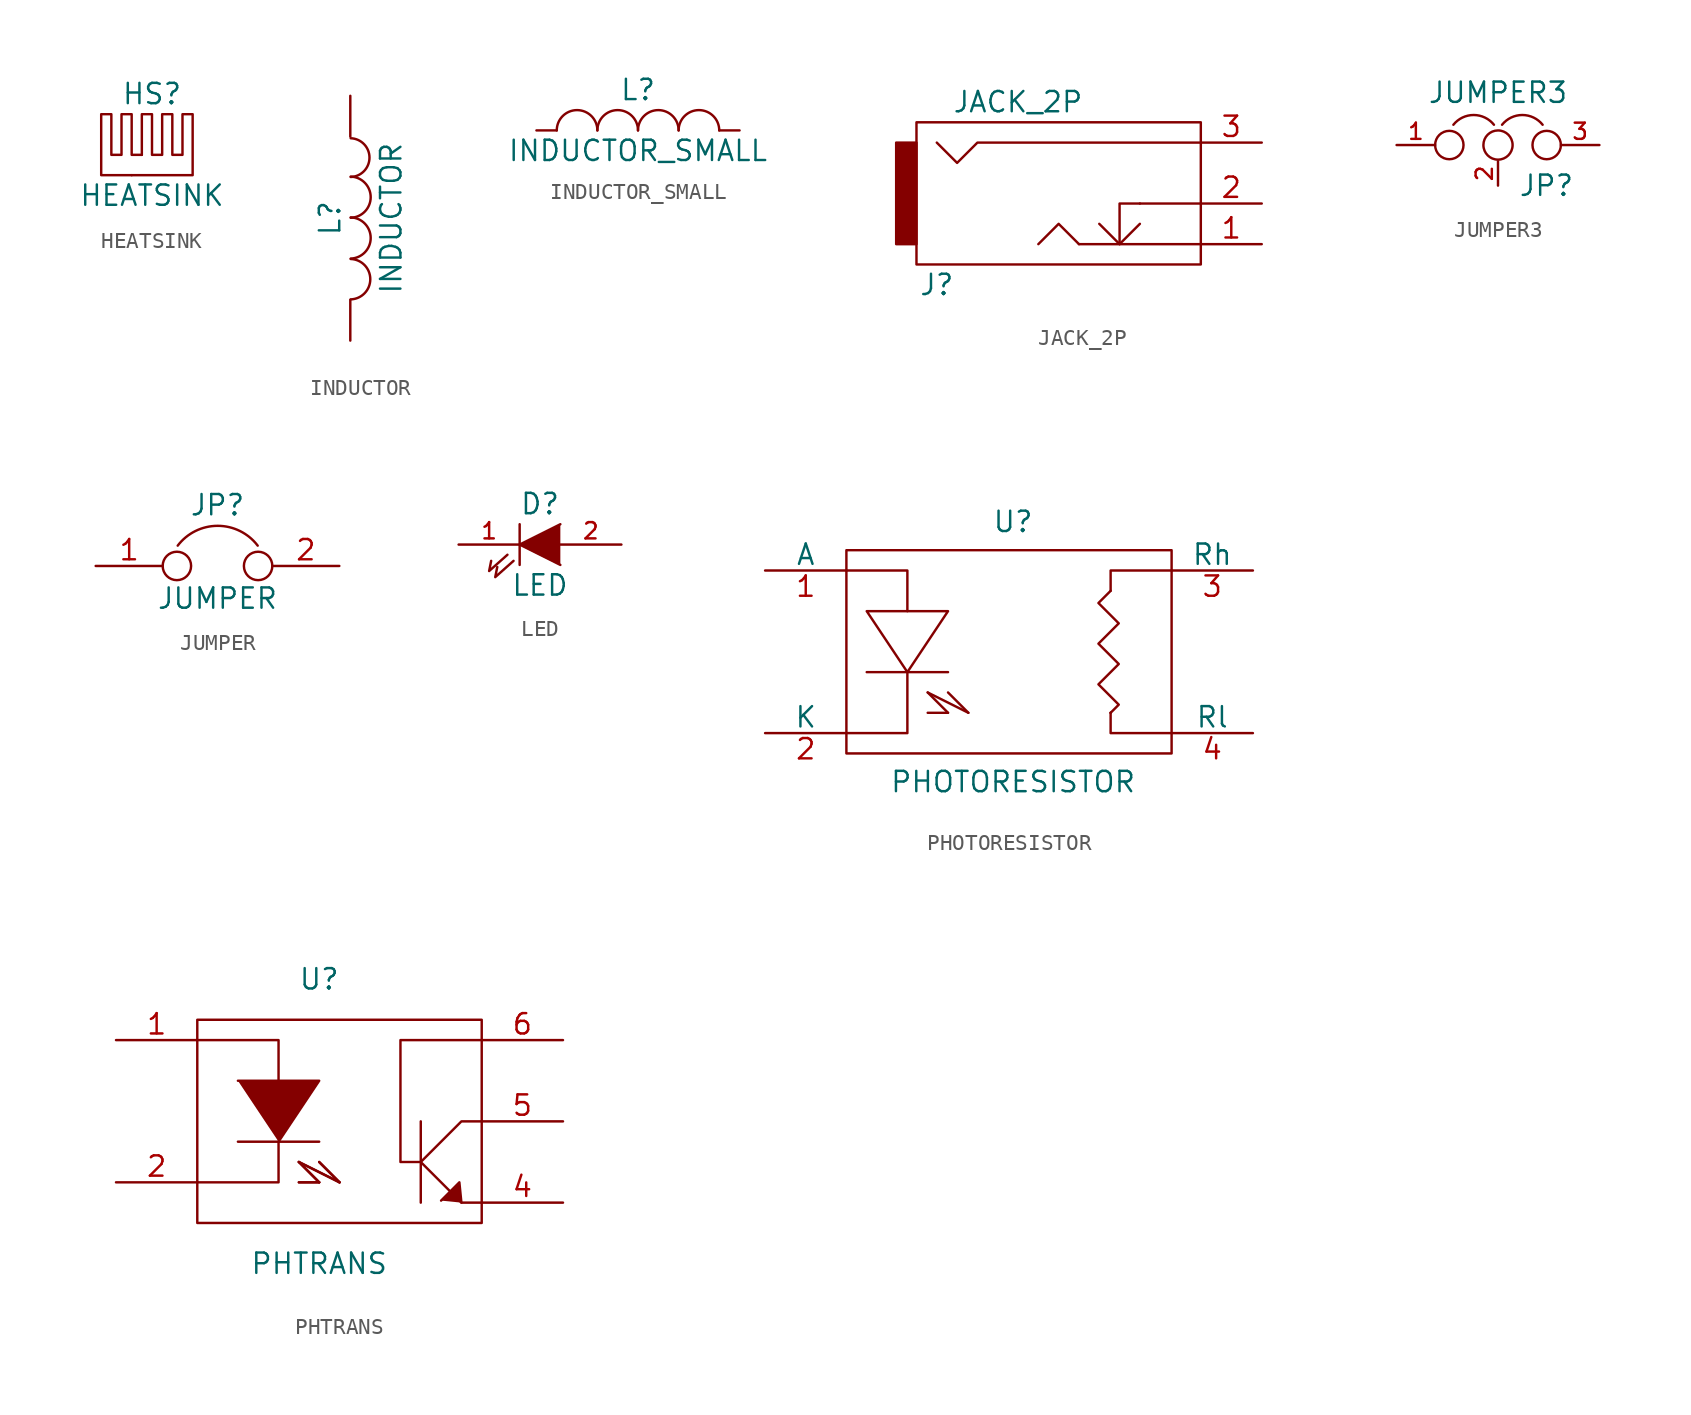
<source format=kicad_sym>
(kicad_symbol_lib
  (version 20211014)
  (generator kicad_symbol_editor)
  (symbol "HEATSINK"
    (pin_names
      (offset 1.016))
    (property "Reference" "HS"
      (at 0 5.08 0)
      (effects (font (size 1.27 1.27))))
    (property "Value" "HEATSINK"
      (at 0 -1.27 0)
      (effects (font (size 1.27 1.27))))
    (property "Footprint" ""
      (at 0 0 0)
      (effects (font (size 1.27 1.27))))
    (property "Datasheet" ""
      (at 0 0 0)
      (effects (font (size 1.27 1.27))))
    (symbol "HEATSINK_0_1"
      (polyline (pts (xy -0.635 1.27) (xy -1.27 1.27) (xy -1.27 3.81) (xy -1.905 3.81) (xy -1.905 1.27) (xy -2.54 1.27) (xy -2.54 3.81) (xy -3.175 3.81) (xy -3.175 0) (xy -1.27 0)) (stroke (width 0) (type default) (color 0 0 0 0)) (fill (type none)))
      (polyline (pts (xy -0.635 1.27) (xy -0.635 3.81) (xy 0 3.81) (xy 0 1.27) (xy 0.635 1.27) (xy 0.635 3.81) (xy 1.27 3.81) (xy 1.27 1.27) (xy 1.905 1.27) (xy 1.905 3.81) (xy 2.54 3.81) (xy 2.54 0) (xy -1.27 0)) (stroke (width 0) (type default) (color 0 0 0 0)) (fill (type none)))))
  (symbol "INDUCTOR"
    (pin_numbers hide)
    (pin_names
      (offset 1.016) hide)
    (property "Reference" "L"
      (at -1.27 0 90)
      (effects (font (size 1.27 1.27))))
    (property "Value" "INDUCTOR"
      (at 2.54 0 90)
      (effects (font (size 1.27 1.27))))
    (property "Footprint" ""
      (at 0 0 0)
      (effects (font (size 1.27 1.27))))
    (property "Datasheet" ""
      (at 0 0 0)
      (effects (font (size 1.27 1.27))))
    (symbol "INDUCTOR_0_1"
      (arc (start 0.0254 -5.0546) (mid 1.2449 -3.8097) (end 0.0254 -2.54) (stroke (width 0) (type default) (color 0 0 0 0)) (fill (type none)))
      (arc (start 0.0254 -2.5146) (mid 1.2703 -1.2444) (end 0.0254 0.0508) (stroke (width 0) (type default) (color 0 0 0 0)) (fill (type none)))
      (arc (start 0.0254 0.0254) (mid 1.2703 1.2956) (end 0.0254 2.5908) (stroke (width 0) (type default) (color 0 0 0 0)) (fill (type none)))
      (arc (start 0.0254 2.5654) (mid 1.1941 3.7595) (end 0.0254 4.9784) (stroke (width 0) (type default) (color 0 0 0 0)) (fill (type none))))
    (symbol "INDUCTOR_1_1"
      (pin passive line (at 0 7.62 270) (length 2.54) (name "1" (effects (font (size 1.27 1.27)))) (number "1" (effects (font (size 1.27 1.27)))))
      (pin passive line (at 0 -7.62 90) (length 2.54) (name "2" (effects (font (size 1.27 1.27)))) (number "2" (effects (font (size 1.27 1.27)))))))
  (symbol "INDUCTOR_SMALL"
    (pin_numbers hide)
    (pin_names
      (offset 0) hide)
    (property "Reference" "L"
      (at 0 2.54 0)
      (effects (font (size 1.27 1.27))))
    (property "Value" "INDUCTOR_SMALL"
      (at 0 -1.27 0)
      (effects (font (size 1.27 1.27))))
    (property "Footprint" ""
      (at 0 0 0)
      (effects (font (size 1.27 1.27))))
    (property "Datasheet" ""
      (at 0 0 0)
      (effects (font (size 1.27 1.27))))
    (symbol "INDUCTOR_SMALL_0_1"
      (arc (start -2.54 0) (mid -3.81 1.27) (end -5.08 0) (stroke (width 0) (type default) (color 0 0 0 0)) (fill (type none)))
      (arc (start 0 0) (mid -1.27 1.27) (end -2.54 0) (stroke (width 0) (type default) (color 0 0 0 0)) (fill (type none)))
      (arc (start 2.54 0) (mid 1.27 1.27) (end 0 0) (stroke (width 0) (type default) (color 0 0 0 0)) (fill (type none)))
      (arc (start 5.08 0) (mid 3.81 1.27) (end 2.54 0) (stroke (width 0) (type default) (color 0 0 0 0)) (fill (type none))))
    (symbol "INDUCTOR_SMALL_1_1"
      (pin input line (at -6.35 0 0) (length 1.27) (name "1" (effects (font (size 0.762 0.762)))) (number "1" (effects (font (size 0.762 0.762)))))
      (pin input line (at 6.35 0 180) (length 1.27) (name "2" (effects (font (size 0.762 0.762)))) (number "2" (effects (font (size 0.762 0.762)))))))
  (symbol "JACK_2P"
    (pin_names
      (offset 1.016))
    (property "Reference" "J"
      (at -8.89 -5.08 0)
      (effects (font (size 1.27 1.27))))
    (property "Value" "JACK_2P"
      (at -3.81 6.35 0)
      (effects (font (size 1.27 1.27))))
    (property "Footprint" ""
      (at 0 0 0)
      (effects (font (size 1.27 1.27))))
    (property "Datasheet" ""
      (at 0 0 0)
      (effects (font (size 1.27 1.27))))
    (symbol "JACK_2P_0_1"
      (rectangle (start -11.43 3.81) (end -10.16 -2.54) (stroke (width 0) (type default) (color 0 0 0 0)) (fill (type outline)))
      (polyline (pts (xy 3.81 0) (xy 7.62 0) (xy 7.62 0)) (stroke (width 0) (type default) (color 0 0 0 0)) (fill (type none)))
      (polyline (pts (xy 0 -2.54) (xy -1.27 -1.27) (xy -2.54 -2.54) (xy -2.54 -2.54)) (stroke (width 0) (type default) (color 0 0 0 0)) (fill (type none)))
      (polyline (pts (xy 0 -2.54) (xy 7.62 -2.54) (xy 7.62 -2.54) (xy 7.62 -2.54)) (stroke (width 0) (type default) (color 0 0 0 0)) (fill (type none)))
      (polyline (pts (xy 1.27 -1.27) (xy 2.54 -2.54) (xy 3.81 -1.27) (xy 3.81 -1.27)) (stroke (width 0) (type default) (color 0 0 0 0)) (fill (type none)))
      (polyline (pts (xy 3.81 0) (xy 2.54 0) (xy 2.54 -2.54) (xy 2.54 -2.54)) (stroke (width 0) (type default) (color 0 0 0 0)) (fill (type none)))
      (polyline (pts (xy 7.62 3.81) (xy -6.35 3.81) (xy -7.62 2.54) (xy -8.89 3.81) (xy -8.89 3.81)) (stroke (width 0) (type default) (color 0 0 0 0)) (fill (type none)))
      (rectangle (start 7.62 -3.81) (end -10.16 5.08) (stroke (width 0) (type default) (color 0 0 0 0)) (fill (type none))))
    (symbol "JACK_2P_1_1"
      (pin passive line (at 11.43 -2.54 180) (length 3.81) (name "~" (effects (font (size 1.27 1.27)))) (number "1" (effects (font (size 1.27 1.27)))))
      (pin passive line (at 11.43 0 180) (length 3.81) (name "~" (effects (font (size 1.27 1.27)))) (number "2" (effects (font (size 1.27 1.27)))))
      (pin passive line (at 11.43 3.81 180) (length 3.81) (name "~" (effects (font (size 1.27 1.27)))) (number "3" (effects (font (size 1.27 1.27)))))))
  (symbol "JUMPER3"
    (pin_names
      (offset 0.762) hide)
    (property "Reference" "JP"
      (at 1.27 -2.54 0)
      (effects (font (size 1.27 1.27)) (justify left)))
    (property "Value" "JUMPER3"
      (at 0 2.54 0)
      (effects (font (size 1.27 1.27)) (justify bottom)))
    (property "Footprint" ""
      (at 0 0 0)
      (effects (font (size 1.27 1.27))))
    (property "Datasheet" ""
      (at 0 0 0)
      (effects (font (size 1.27 1.27))))
    (symbol "JUMPER3_0_1"
      (circle (center -3.048 0) (radius 0.889) (stroke (width 0) (type default) (color 0 0 0 0)) (fill (type none)))
      (arc (start -0.254 1.27) (mid -1.524 1.8804) (end -2.794 1.27) (stroke (width 0) (type default) (color 0 0 0 0)) (fill (type none)))
      (circle (center 0 0) (radius 0.914) (stroke (width 0) (type default) (color 0 0 0 0)) (fill (type none)))
      (arc (start 2.794 1.27) (mid 1.524 1.8804) (end 0.254 1.27) (stroke (width 0) (type default) (color 0 0 0 0)) (fill (type none)))
      (circle (center 3.048 0) (radius 0.889) (stroke (width 0) (type default) (color 0 0 0 0)) (fill (type none)))
      (pin passive line (at -6.35 0 0) (length 2.413) (name "1" (effects (font (size 1.016 1.016)))) (number "1" (effects (font (size 1.016 1.016)))))
      (pin passive line (at 0 -2.54 90) (length 1.524) (name "2" (effects (font (size 1.016 1.016)))) (number "2" (effects (font (size 1.016 1.016)))))
      (pin passive line (at 6.35 0 180) (length 2.413) (name "3" (effects (font (size 1.016 1.016)))) (number "3" (effects (font (size 1.016 1.016)))))))
  (symbol "JUMPER"
    (pin_names
      (offset 0.762) hide)
    (property "Reference" "JP"
      (at 0 3.81 0)
      (effects (font (size 1.27 1.27))))
    (property "Value" "JUMPER"
      (at 0 -2.032 0)
      (effects (font (size 1.27 1.27))))
    (property "Footprint" ""
      (at 0 0 0)
      (effects (font (size 1.27 1.27))))
    (property "Datasheet" ""
      (at 0 0 0)
      (effects (font (size 1.27 1.27))))
    (symbol "JUMPER_0_1"
      (circle (center -2.54 0) (radius 0.889) (stroke (width 0) (type default) (color 0 0 0 0)) (fill (type none)))
      (arc (start 2.5146 1.27) (mid 0.0078 2.5097) (end -2.4892 1.27) (stroke (width 0) (type default) (color 0 0 0 0)) (fill (type none)))
      (circle (center 2.54 0) (radius 0.889) (stroke (width 0) (type default) (color 0 0 0 0)) (fill (type none)))
      (pin passive line (at -7.62 0 0) (length 4.191) (name "1" (effects (font (size 1.27 1.27)))) (number "1" (effects (font (size 1.27 1.27)))))
      (pin passive line (at 7.62 0 180) (length 4.191) (name "2" (effects (font (size 1.27 1.27)))) (number "2" (effects (font (size 1.27 1.27)))))))
  (symbol "LED"
    (pin_names
      (offset 1.016) hide)
    (property "Reference" "D"
      (at 0 2.54 0)
      (effects (font (size 1.27 1.27))))
    (property "Value" "LED"
      (at 0 -2.54 0)
      (effects (font (size 1.27 1.27))))
    (property "Footprint" ""
      (at 0 0 0)
      (effects (font (size 1.27 1.27))))
    (property "Datasheet" ""
      (at 0 0 0)
      (effects (font (size 1.27 1.27))))
    (symbol "LED_0_1"
      (polyline (pts (xy -1.27 1.27) (xy -1.27 -1.27)) (stroke (width 0) (type default) (color 0 0 0 0)) (fill (type none)))
      (polyline (pts (xy -2.032 -0.635) (xy -3.175 -1.651) (xy -3.048 -1.016)) (stroke (width 0) (type default) (color 0 0 0 0)) (fill (type none)))
      (polyline (pts (xy -1.651 -1.016) (xy -2.794 -2.032) (xy -2.667 -1.397)) (stroke (width 0) (type default) (color 0 0 0 0)) (fill (type none)))
      (polyline (pts (xy 1.27 1.27) (xy -1.27 0) (xy 1.27 -1.27)) (stroke (width 0) (type default) (color 0 0 0 0)) (fill (type outline))))
    (symbol "LED_1_1"
      (pin passive line (at -5.08 0 0) (length 3.81) (name "K" (effects (font (size 1.016 1.016)))) (number "1" (effects (font (size 1.016 1.016)))))
      (pin passive line (at 5.08 0 180) (length 3.81) (name "A" (effects (font (size 1.016 1.016)))) (number "2" (effects (font (size 1.016 1.016)))))))
  (symbol "PHOTORESISTOR"
    (pin_names
      (offset 0))
    (property "Reference" "U"
      (at 0.254 8.128 0)
      (effects (font (size 1.27 1.27))))
    (property "Value" "PHOTORESISTOR"
      (at 0.254 -8.128 0)
      (effects (font (size 1.27 1.27))))
    (property "Footprint" ""
      (at 0 0 0)
      (effects (font (size 1.27 1.27))))
    (property "Datasheet" ""
      (at 0 0 0)
      (effects (font (size 1.27 1.27))))
    (symbol "PHOTORESISTOR_0_0"
      (polyline (pts (xy -8.89 -1.27) (xy -3.81 -1.27)) (stroke (width 0) (type default) (color 0 0 0 0)) (fill (type none)))
      (polyline (pts (xy -5.08 -2.54) (xy -3.81 -3.81)) (stroke (width 0) (type default) (color 0 0 0 0)) (fill (type none)))
      (polyline (pts (xy -5.08 -2.54) (xy -2.54 -3.81)) (stroke (width 0) (type default) (color 0 0 0 0)) (fill (type none)))
      (polyline (pts (xy -3.81 -3.81) (xy -3.81 -3.81) (xy -5.08 -3.81)) (stroke (width 0) (type default) (color 0 0 0 0)) (fill (type none)))
      (polyline (pts (xy -3.81 -2.54) (xy -2.54 -3.81) (xy -3.81 -2.54)) (stroke (width 0) (type default) (color 0 0 0 0)) (fill (type none)))
      (polyline (pts (xy -8.89 2.54) (xy -3.81 2.54) (xy -6.35 -1.27) (xy -8.89 2.54)) (stroke (width 0) (type default) (color 0 0 0 0)) (fill (type none))))
    (symbol "PHOTORESISTOR_0_1"
      (rectangle (start -10.16 6.35) (end 10.16 -6.35) (stroke (width 0) (type default) (color 0 0 0 0)) (fill (type none)))
      (polyline (pts (xy 6.35 -3.81) (xy 6.35 -3.81)) (stroke (width 0) (type default) (color 0 0 0 0)) (fill (type none)))
      (polyline (pts (xy -10.16 -5.08) (xy -6.35 -5.08) (xy -6.35 -1.27)) (stroke (width 0) (type default) (color 0 0 0 0)) (fill (type none)))
      (polyline (pts (xy -10.16 5.08) (xy -6.35 5.08) (xy -6.35 2.54)) (stroke (width 0) (type default) (color 0 0 0 0)) (fill (type none)))
      (polyline (pts (xy 10.16 -5.08) (xy 6.35 -5.08) (xy 6.35 -3.81) (xy 6.35 -3.81)) (stroke (width 0) (type default) (color 0 0 0 0)) (fill (type none)))
      (polyline (pts (xy 10.16 5.08) (xy 6.35 5.08) (xy 6.35 3.81) (xy 6.35 3.81) (xy 6.35 3.81)) (stroke (width 0) (type default) (color 0 0 0 0)) (fill (type none)))
      (polyline (pts (xy 6.35 3.81) (xy 5.588 3.048) (xy 6.858 1.778) (xy 5.588 0.508) (xy 6.858 -0.762) (xy 5.588 -2.032) (xy 6.858 -3.302) (xy 6.35 -3.81) (xy 6.35 -3.81) (xy 6.35 -3.81)) (stroke (width 0) (type default) (color 0 0 0 0)) (fill (type none))))
    (symbol "PHOTORESISTOR_1_1"
      (pin input line (at -15.24 5.08 0) (length 5.08) (name "A" (effects (font (size 1.27 1.27)))) (number "1" (effects (font (size 1.27 1.27)))))
      (pin input line (at -15.24 -5.08 0) (length 5.08) (name "K" (effects (font (size 1.27 1.27)))) (number "2" (effects (font (size 1.27 1.27)))))
      (pin passive line (at 15.24 5.08 180) (length 5.08) (name "Rh" (effects (font (size 1.27 1.27)))) (number "3" (effects (font (size 1.27 1.27)))))
      (pin passive line (at 15.24 -5.08 180) (length 5.08) (name "Rl" (effects (font (size 1.27 1.27)))) (number "4" (effects (font (size 1.27 1.27)))))))
  (symbol "PHTRANS"
    (pin_names
      (offset 0.254))
    (property "Reference" "U"
      (at -1.27 8.89 0)
      (effects (font (size 1.27 1.27))))
    (property "Value" "PHTRANS"
      (at -1.27 -8.89 0)
      (effects (font (size 1.27 1.27))))
    (property "Footprint" ""
      (at 0 0 0)
      (effects (font (size 1.27 1.27))))
    (property "Datasheet" ""
      (at 0 0 0)
      (effects (font (size 1.27 1.27))))
    (symbol "PHTRANS_0_0"
      (polyline (pts (xy -6.35 -1.27) (xy -1.27 -1.27)) (stroke (width 0) (type default) (color 0 0 0 0)) (fill (type none)))
      (polyline (pts (xy -2.54 -2.54) (xy -1.27 -3.81)) (stroke (width 0) (type default) (color 0 0 0 0)) (fill (type none)))
      (polyline (pts (xy -2.54 -2.54) (xy -1.27 -3.81)) (stroke (width 0) (type default) (color 0 0 0 0)) (fill (type none)))
      (polyline (pts (xy -2.54 -2.54) (xy 0 -3.81)) (stroke (width 0) (type default) (color 0 0 0 0)) (fill (type none)))
      (polyline (pts (xy -2.54 -2.54) (xy 0 -3.81)) (stroke (width 0) (type default) (color 0 0 0 0)) (fill (type none)))
      (polyline (pts (xy -1.27 -3.81) (xy -1.27 -3.81) (xy -2.54 -3.81)) (stroke (width 0) (type default) (color 0 0 0 0)) (fill (type none)))
      (polyline (pts (xy -1.27 -3.81) (xy -1.27 -3.81) (xy -2.54 -3.81)) (stroke (width 0) (type default) (color 0 0 0 0)) (fill (type none)))
      (polyline (pts (xy -1.27 -2.54) (xy 0 -3.81) (xy -1.27 -2.54)) (stroke (width 0) (type default) (color 0 0 0 0)) (fill (type none)))
      (polyline (pts (xy -1.27 -2.54) (xy 0 -3.81) (xy -1.27 -2.54)) (stroke (width 0) (type default) (color 0 0 0 0)) (fill (type none))))
    (symbol "PHTRANS_0_1"
      (polyline (pts (xy 5.08 0) (xy 5.08 -5.08)) (stroke (width 0) (type default) (color 0 0 0 0)) (fill (type none)))
      (polyline (pts (xy -8.89 5.08) (xy -3.81 5.08) (xy -3.81 2.54)) (stroke (width 0) (type default) (color 0 0 0 0)) (fill (type none)))
      (polyline (pts (xy -6.35 2.54) (xy -1.27 2.54) (xy -3.81 -1.27)) (stroke (width 0) (type default) (color 0 0 0 0)) (fill (type outline)))
      (polyline (pts (xy -3.81 -1.27) (xy -3.81 -3.81) (xy -8.89 -3.81)) (stroke (width 0) (type default) (color 0 0 0 0)) (fill (type none)))
      (polyline (pts (xy 5.08 -2.54) (xy 7.62 -5.08) (xy 8.89 -5.08)) (stroke (width 0) (type default) (color 0 0 0 0)) (fill (type none)))
      (polyline (pts (xy 5.08 -2.54) (xy 7.62 0) (xy 8.89 0)) (stroke (width 0) (type default) (color 0 0 0 0)) (fill (type none)))
      (polyline (pts (xy 7.62 -5.08) (xy 7.493 -3.81) (xy 6.35 -4.953)) (stroke (width 0) (type default) (color 0 0 0 0)) (fill (type outline)))
      (polyline (pts (xy 5.08 -2.54) (xy 3.81 -2.54) (xy 3.81 5.08) (xy 8.89 5.08)) (stroke (width 0) (type default) (color 0 0 0 0)) (fill (type none)))
      (rectangle (start 8.89 -6.35) (end -8.89 6.35) (stroke (width 0) (type default) (color 0 0 0 0)) (fill (type none))))
    (symbol "PHTRANS_1_1"
      (pin input line (at -13.97 5.08 0) (length 5.08) (name "~" (effects (font (size 1.27 1.27)))) (number "1" (effects (font (size 1.27 1.27)))))
      (pin input line (at -13.97 -3.81 0) (length 5.08) (name "~" (effects (font (size 1.27 1.27)))) (number "2" (effects (font (size 1.27 1.27)))))
      (pin input line (at 13.97 -5.08 180) (length 5.08) (name "~" (effects (font (size 1.27 1.27)))) (number "4" (effects (font (size 1.27 1.27)))))
      (pin input line (at 13.97 0 180) (length 5.08) (name "~" (effects (font (size 1.27 1.27)))) (number "5" (effects (font (size 1.27 1.27)))))
      (pin input line (at 13.97 5.08 180) (length 5.08) (name "~" (effects (font (size 1.27 1.27)))) (number "6" (effects (font (size 1.27 1.27))))))))
</source>
